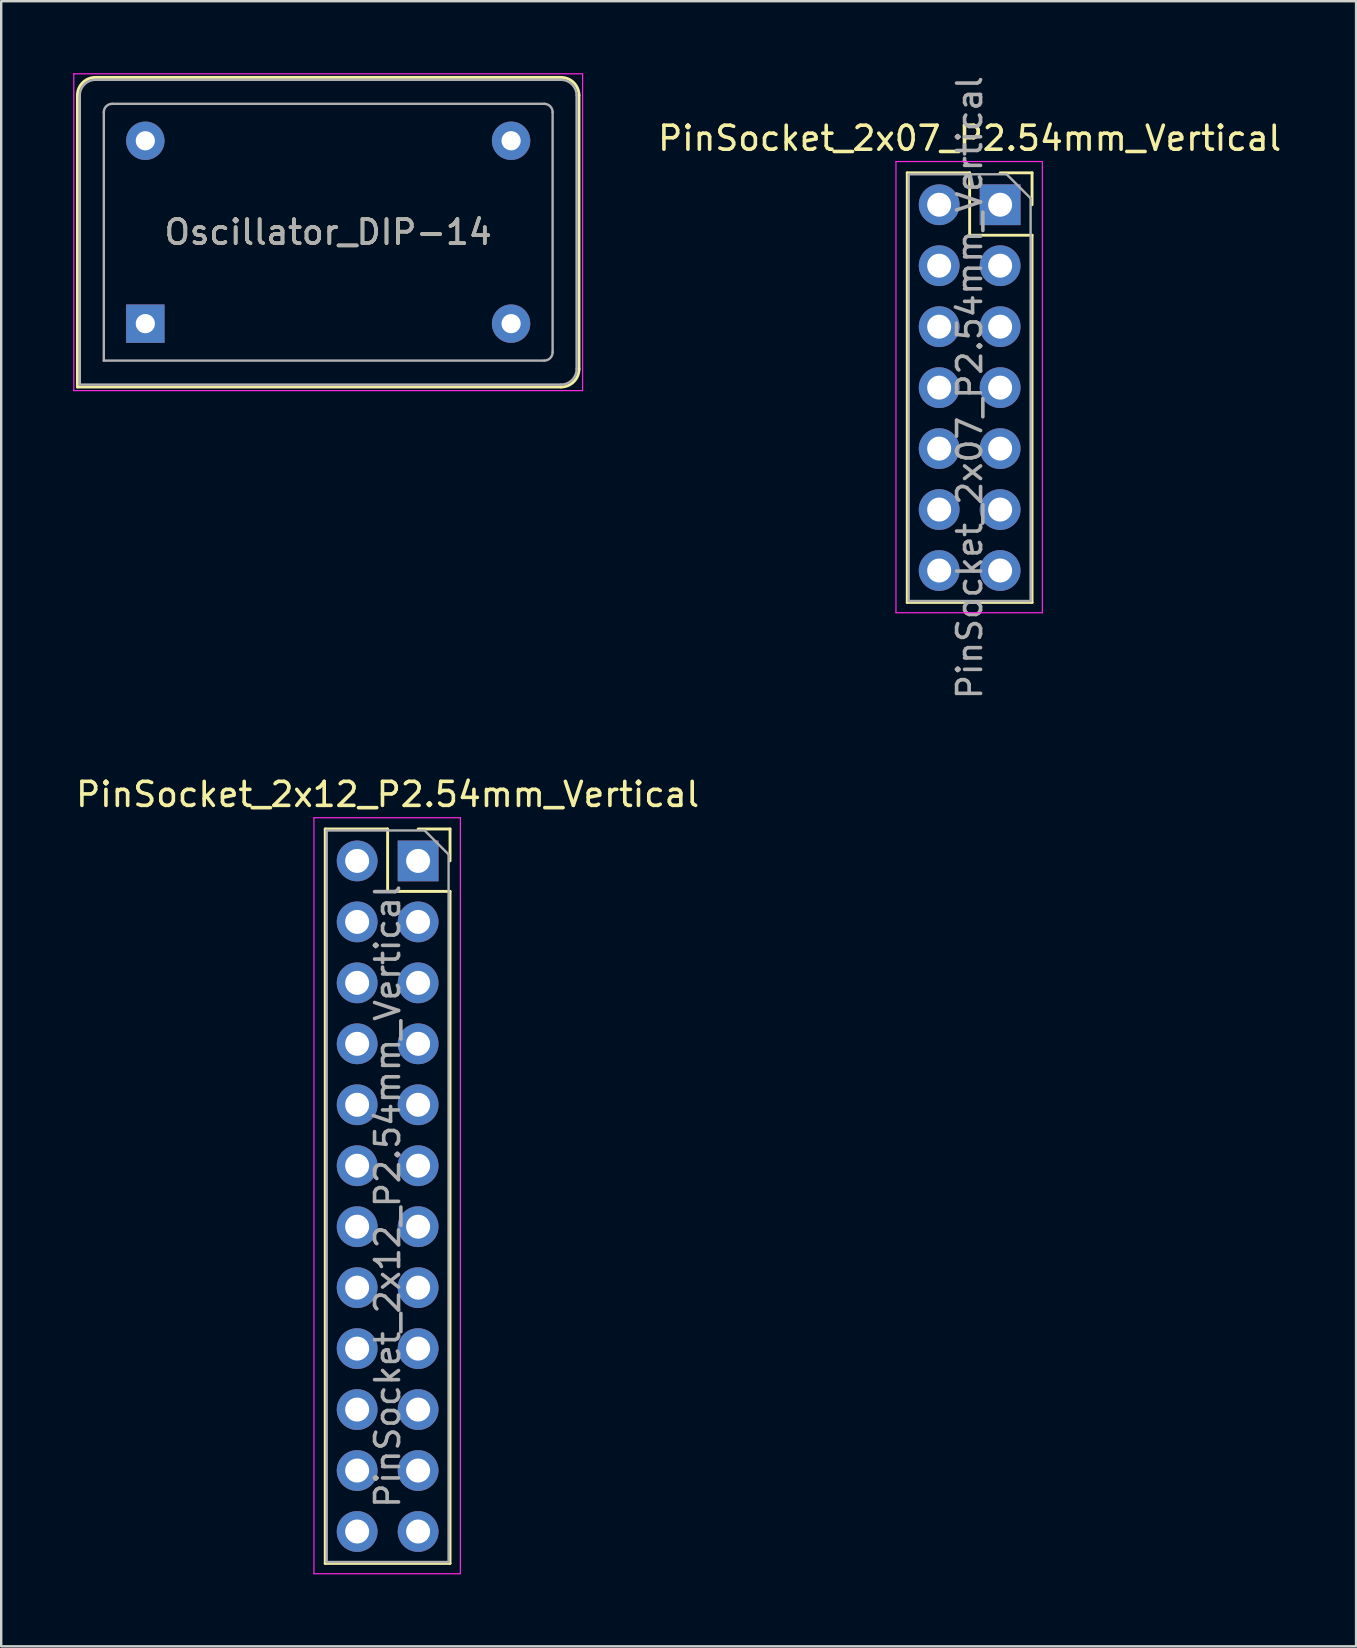
<source format=kicad_pcb>
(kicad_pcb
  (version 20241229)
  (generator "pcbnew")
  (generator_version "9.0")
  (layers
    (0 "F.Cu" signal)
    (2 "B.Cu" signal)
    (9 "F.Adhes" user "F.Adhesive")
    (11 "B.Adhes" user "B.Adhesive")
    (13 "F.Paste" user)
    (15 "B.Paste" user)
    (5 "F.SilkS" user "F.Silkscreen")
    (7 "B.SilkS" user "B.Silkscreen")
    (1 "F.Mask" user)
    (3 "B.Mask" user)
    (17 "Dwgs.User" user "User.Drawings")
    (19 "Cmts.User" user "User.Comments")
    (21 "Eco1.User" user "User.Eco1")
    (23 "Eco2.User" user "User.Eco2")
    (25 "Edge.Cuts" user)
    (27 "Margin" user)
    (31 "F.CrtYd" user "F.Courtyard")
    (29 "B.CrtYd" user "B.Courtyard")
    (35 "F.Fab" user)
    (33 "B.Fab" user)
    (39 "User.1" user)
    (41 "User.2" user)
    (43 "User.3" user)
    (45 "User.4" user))
  (footprint "Oscillator_DIP-14"
    (layer "F.Cu")
    (at 3.005 10.435)
    (property "Reference" "Oscillator_DIP-14" (at 7.62 -3.81 180) (layer "F.SilkS") (effects (font (size 1 1) (thickness 0.15))))
    (attr through_hole)
    (fp_line (start -2.83 -9.51) (end -2.83 2.64) (stroke (width 0.12) (type solid)) (layer "F.SilkS"))
    (fp_line (start -2.83 2.64) (end 17.32 2.64) (stroke (width 0.12) (type solid)) (layer "F.SilkS"))
    (fp_line (start 17.32 -10.26) (end -2.08 -10.26) (stroke (width 0.12) (type solid)) (layer "F.SilkS"))
    (fp_line (start 18.07 1.89) (end 18.07 -9.51) (stroke (width 0.12) (type solid)) (layer "F.SilkS"))
    (fp_arc (start -2.83 -9.51) (mid -2.61033 -10.04033) (end -2.08 -10.26) (stroke (width 0.12) (type solid)) (layer "F.SilkS"))
    (fp_arc (start 17.32 -10.26) (mid 17.85033 -10.04033) (end 18.07 -9.51) (stroke (width 0.12) (type solid)) (layer "F.SilkS"))
    (fp_arc (start 18.07 1.89) (mid 17.85033 2.42033) (end 17.32 2.64) (stroke (width 0.12) (type solid)) (layer "F.SilkS"))
    (fp_line (start -2.98 -10.41) (end -2.98 2.79) (stroke (width 0.05) (type solid)) (layer "F.CrtYd"))
    (fp_line (start -2.98 2.79) (end 18.22 2.79) (stroke (width 0.05) (type solid)) (layer "F.CrtYd"))
    (fp_line (start 18.22 -10.41) (end -2.98 -10.41) (stroke (width 0.05) (type solid)) (layer "F.CrtYd"))
    (fp_line (start 18.22 2.79) (end 18.22 -10.41) (stroke (width 0.05) (type solid)) (layer "F.CrtYd"))
    (fp_line (start -2.73 2.54) (end -2.73 -9.51) (stroke (width 0.1) (type solid)) (layer "F.Fab"))
    (fp_line (start -2.73 2.54) (end 17.32 2.54) (stroke (width 0.1) (type solid)) (layer "F.Fab"))
    (fp_line (start -2.08 -10.16) (end 17.32 -10.16) (stroke (width 0.1) (type solid)) (layer "F.Fab"))
    (fp_line (start -1.73 1.54) (end -1.73 -8.81) (stroke (width 0.1) (type solid)) (layer "F.Fab"))
    (fp_line (start -1.73 1.54) (end 16.62 1.54) (stroke (width 0.1) (type solid)) (layer "F.Fab"))
    (fp_line (start -1.38 -9.16) (end 16.62 -9.16) (stroke (width 0.1) (type solid)) (layer "F.Fab"))
    (fp_line (start 16.97 1.19) (end 16.97 -8.81) (stroke (width 0.1) (type solid)) (layer "F.Fab"))
    (fp_line (start 17.97 -9.51) (end 17.97 1.89) (stroke (width 0.1) (type solid)) (layer "F.Fab"))
    (fp_arc (start -2.73 -9.51) (mid -2.539619 -9.969619) (end -2.08 -10.16) (stroke (width 0.1) (type solid)) (layer "F.Fab"))
    (fp_arc (start -1.73 -8.81) (mid -1.627487 -9.057487) (end -1.38 -9.16) (stroke (width 0.1) (type solid)) (layer "F.Fab"))
    (fp_arc (start 16.62 -9.16) (mid 16.867487 -9.057487) (end 16.97 -8.81) (stroke (width 0.1) (type solid)) (layer "F.Fab"))
    (fp_arc (start 16.97 1.19) (mid 16.867487 1.437487) (end 16.62 1.54) (stroke (width 0.1) (type solid)) (layer "F.Fab"))
    (fp_arc (start 17.32 -10.16) (mid 17.779619 -9.969619) (end 17.97 -9.51) (stroke (width 0.1) (type solid)) (layer "F.Fab"))
    (fp_arc (start 17.97 1.89) (mid 17.779619 2.349619) (end 17.32 2.54) (stroke (width 0.1) (type solid)) (layer "F.Fab"))
    (fp_text user "${REFERENCE}" (at 7.62 -3.81 180) (layer "F.Fab") (effects (font (size 1 1) (thickness 0.15))))
    (pad "1" thru_hole rect (at 0 0) (size 1.6 1.6) (drill 0.8) (layers "*.Cu" "*.Mask"))
    (pad "7" thru_hole circle (at 15.24 0) (size 1.6 1.6) (drill 0.8) (layers "*.Cu" "*.Mask"))
    (pad "8" thru_hole circle (at 15.24 -7.62) (size 1.6 1.6) (drill 0.8) (layers "*.Cu" "*.Mask"))
    (pad "14" thru_hole circle (at 0 -7.62) (size 1.6 1.6) (drill 0.8) (layers "*.Cu" "*.Mask")))
  (footprint "PinSocket_2x07_P2.54mm_Vertical"
    (layer "F.Cu")
    (at 38.621 5.481)
    (property "Reference" "PinSocket_2x07_P2.54mm_Vertical" (at -1.27 -2.77 180) (layer "F.SilkS") (effects (font (size 1 1) (thickness 0.15))))
    (attr through_hole)
    (fp_line (start -3.87 -1.33) (end -3.87 16.57) (stroke (width 0.12) (type solid)) (layer "F.SilkS"))
    (fp_line (start -3.87 -1.33) (end -1.27 -1.33) (stroke (width 0.12) (type solid)) (layer "F.SilkS"))
    (fp_line (start -3.87 16.57) (end 1.33 16.57) (stroke (width 0.12) (type solid)) (layer "F.SilkS"))
    (fp_line (start -1.27 -1.33) (end -1.27 1.27) (stroke (width 0.12) (type solid)) (layer "F.SilkS"))
    (fp_line (start -1.27 1.27) (end 1.33 1.27) (stroke (width 0.12) (type solid)) (layer "F.SilkS"))
    (fp_line (start 0 -1.33) (end 1.33 -1.33) (stroke (width 0.12) (type solid)) (layer "F.SilkS"))
    (fp_line (start 1.33 -1.33) (end 1.33 0) (stroke (width 0.12) (type solid)) (layer "F.SilkS"))
    (fp_line (start 1.33 1.27) (end 1.33 16.57) (stroke (width 0.12) (type solid)) (layer "F.SilkS"))
    (fp_line (start -4.34 -1.8) (end 1.76 -1.8) (stroke (width 0.05) (type solid)) (layer "F.CrtYd"))
    (fp_line (start -4.34 17) (end -4.34 -1.8) (stroke (width 0.05) (type solid)) (layer "F.CrtYd"))
    (fp_line (start 1.76 -1.8) (end 1.76 17) (stroke (width 0.05) (type solid)) (layer "F.CrtYd"))
    (fp_line (start 1.76 17) (end -4.34 17) (stroke (width 0.05) (type solid)) (layer "F.CrtYd"))
    (fp_line (start -3.81 -1.27) (end 0.27 -1.27) (stroke (width 0.1) (type solid)) (layer "F.Fab"))
    (fp_line (start -3.81 16.51) (end -3.81 -1.27) (stroke (width 0.1) (type solid)) (layer "F.Fab"))
    (fp_line (start 0.27 -1.27) (end 1.27 -0.27) (stroke (width 0.1) (type solid)) (layer "F.Fab"))
    (fp_line (start 1.27 -0.27) (end 1.27 16.51) (stroke (width 0.1) (type solid)) (layer "F.Fab"))
    (fp_line (start 1.27 16.51) (end -3.81 16.51) (stroke (width 0.1) (type solid)) (layer "F.Fab"))
    (fp_text user "${REFERENCE}" (at -1.27 7.62 90) (layer "F.Fab") (effects (font (size 1 1) (thickness 0.15))))
    (pad "1" thru_hole rect (at 0 0) (size 1.7 1.7) (drill 1) (layers "*.Cu" "*.Mask"))
    (pad "2" thru_hole oval (at -2.54 0) (size 1.7 1.7) (drill 1) (layers "*.Cu" "*.Mask"))
    (pad "3" thru_hole oval (at 0 2.54) (size 1.7 1.7) (drill 1) (layers "*.Cu" "*.Mask"))
    (pad "4" thru_hole oval (at -2.54 2.54) (size 1.7 1.7) (drill 1) (layers "*.Cu" "*.Mask"))
    (pad "5" thru_hole oval (at 0 5.08) (size 1.7 1.7) (drill 1) (layers "*.Cu" "*.Mask"))
    (pad "6" thru_hole oval (at -2.54 5.08) (size 1.7 1.7) (drill 1) (layers "*.Cu" "*.Mask"))
    (pad "7" thru_hole oval (at 0 7.62) (size 1.7 1.7) (drill 1) (layers "*.Cu" "*.Mask"))
    (pad "8" thru_hole oval (at -2.54 7.62) (size 1.7 1.7) (drill 1) (layers "*.Cu" "*.Mask"))
    (pad "9" thru_hole oval (at 0 10.16) (size 1.7 1.7) (drill 1) (layers "*.Cu" "*.Mask"))
    (pad "10" thru_hole oval (at -2.54 10.16) (size 1.7 1.7) (drill 1) (layers "*.Cu" "*.Mask"))
    (pad "11" thru_hole oval (at 0 12.7) (size 1.7 1.7) (drill 1) (layers "*.Cu" "*.Mask"))
    (pad "12" thru_hole oval (at -2.54 12.7) (size 1.7 1.7) (drill 1) (layers "*.Cu" "*.Mask"))
    (pad "13" thru_hole oval (at 0 15.24) (size 1.7 1.7) (drill 1) (layers "*.Cu" "*.Mask"))
    (pad "14" thru_hole oval (at -2.54 15.24) (size 1.7 1.7) (drill 1) (layers "*.Cu" "*.Mask")))
  (footprint "PinSocket_2x12_P2.54mm_Vertical"
    (layer "F.Cu")
    (at 14.371 32.821)
    (property "Reference" "PinSocket_2x12_P2.54mm_Vertical" (at -1.27 -2.77 0) (layer "F.SilkS") (effects (font (size 1 1) (thickness 0.15))))
    (attr through_hole)
    (fp_line (start -3.87 -1.33) (end -3.87 29.27) (stroke (width 0.12) (type solid)) (layer "F.SilkS"))
    (fp_line (start -3.87 -1.33) (end -1.27 -1.33) (stroke (width 0.12) (type solid)) (layer "F.SilkS"))
    (fp_line (start -3.87 29.27) (end 1.33 29.27) (stroke (width 0.12) (type solid)) (layer "F.SilkS"))
    (fp_line (start -1.27 -1.33) (end -1.27 1.27) (stroke (width 0.12) (type solid)) (layer "F.SilkS"))
    (fp_line (start -1.27 1.27) (end 1.33 1.27) (stroke (width 0.12) (type solid)) (layer "F.SilkS"))
    (fp_line (start 0 -1.33) (end 1.33 -1.33) (stroke (width 0.12) (type solid)) (layer "F.SilkS"))
    (fp_line (start 1.33 -1.33) (end 1.33 0) (stroke (width 0.12) (type solid)) (layer "F.SilkS"))
    (fp_line (start 1.33 1.27) (end 1.33 29.27) (stroke (width 0.12) (type solid)) (layer "F.SilkS"))
    (fp_line (start -4.34 -1.8) (end 1.76 -1.8) (stroke (width 0.05) (type solid)) (layer "F.CrtYd"))
    (fp_line (start -4.34 29.7) (end -4.34 -1.8) (stroke (width 0.05) (type solid)) (layer "F.CrtYd"))
    (fp_line (start 1.76 -1.8) (end 1.76 29.7) (stroke (width 0.05) (type solid)) (layer "F.CrtYd"))
    (fp_line (start 1.76 29.7) (end -4.34 29.7) (stroke (width 0.05) (type solid)) (layer "F.CrtYd"))
    (fp_line (start -3.81 -1.27) (end 0.27 -1.27) (stroke (width 0.1) (type solid)) (layer "F.Fab"))
    (fp_line (start -3.81 29.21) (end -3.81 -1.27) (stroke (width 0.1) (type solid)) (layer "F.Fab"))
    (fp_line (start 0.27 -1.27) (end 1.27 -0.27) (stroke (width 0.1) (type solid)) (layer "F.Fab"))
    (fp_line (start 1.27 -0.27) (end 1.27 29.21) (stroke (width 0.1) (type solid)) (layer "F.Fab"))
    (fp_line (start 1.27 29.21) (end -3.81 29.21) (stroke (width 0.1) (type solid)) (layer "F.Fab"))
    (fp_text user "${REFERENCE}" (at -1.27 13.97 90) (layer "F.Fab") (effects (font (size 1 1) (thickness 0.15))))
    (pad "1" thru_hole rect (at 0 0) (size 1.7 1.7) (drill 1) (layers "*.Cu" "*.Mask"))
    (pad "2" thru_hole oval (at -2.54 0) (size 1.7 1.7) (drill 1) (layers "*.Cu" "*.Mask"))
    (pad "3" thru_hole oval (at 0 2.54) (size 1.7 1.7) (drill 1) (layers "*.Cu" "*.Mask"))
    (pad "4" thru_hole oval (at -2.54 2.54) (size 1.7 1.7) (drill 1) (layers "*.Cu" "*.Mask"))
    (pad "5" thru_hole oval (at 0 5.08) (size 1.7 1.7) (drill 1) (layers "*.Cu" "*.Mask"))
    (pad "6" thru_hole oval (at -2.54 5.08) (size 1.7 1.7) (drill 1) (layers "*.Cu" "*.Mask"))
    (pad "7" thru_hole oval (at 0 7.62) (size 1.7 1.7) (drill 1) (layers "*.Cu" "*.Mask"))
    (pad "8" thru_hole oval (at -2.54 7.62) (size 1.7 1.7) (drill 1) (layers "*.Cu" "*.Mask"))
    (pad "9" thru_hole oval (at 0 10.16) (size 1.7 1.7) (drill 1) (layers "*.Cu" "*.Mask"))
    (pad "10" thru_hole oval (at -2.54 10.16) (size 1.7 1.7) (drill 1) (layers "*.Cu" "*.Mask"))
    (pad "11" thru_hole oval (at 0 12.7) (size 1.7 1.7) (drill 1) (layers "*.Cu" "*.Mask"))
    (pad "12" thru_hole oval (at -2.54 12.7) (size 1.7 1.7) (drill 1) (layers "*.Cu" "*.Mask"))
    (pad "13" thru_hole oval (at 0 15.24) (size 1.7 1.7) (drill 1) (layers "*.Cu" "*.Mask"))
    (pad "14" thru_hole oval (at -2.54 15.24) (size 1.7 1.7) (drill 1) (layers "*.Cu" "*.Mask"))
    (pad "15" thru_hole oval (at 0 17.78) (size 1.7 1.7) (drill 1) (layers "*.Cu" "*.Mask"))
    (pad "16" thru_hole oval (at -2.54 17.78) (size 1.7 1.7) (drill 1) (layers "*.Cu" "*.Mask"))
    (pad "17" thru_hole oval (at 0 20.32) (size 1.7 1.7) (drill 1) (layers "*.Cu" "*.Mask"))
    (pad "18" thru_hole oval (at -2.54 20.32) (size 1.7 1.7) (drill 1) (layers "*.Cu" "*.Mask"))
    (pad "19" thru_hole oval (at 0 22.86) (size 1.7 1.7) (drill 1) (layers "*.Cu" "*.Mask"))
    (pad "20" thru_hole oval (at -2.54 22.86) (size 1.7 1.7) (drill 1) (layers "*.Cu" "*.Mask"))
    (pad "21" thru_hole oval (at 0 25.4) (size 1.7 1.7) (drill 1) (layers "*.Cu" "*.Mask"))
    (pad "22" thru_hole oval (at -2.54 25.4) (size 1.7 1.7) (drill 1) (layers "*.Cu" "*.Mask"))
    (pad "23" thru_hole oval (at 0 27.94) (size 1.7 1.7) (drill 1) (layers "*.Cu" "*.Mask"))
    (pad "24" thru_hole oval (at -2.54 27.94) (size 1.7 1.7) (drill 1) (layers "*.Cu" "*.Mask")))
  (gr_rect
    (start -3 -3)
    (end 53.452 65.546)
    (stroke (width 0.1) (type default))
    (fill no)
    (layer "Edge.Cuts")))
</source>
